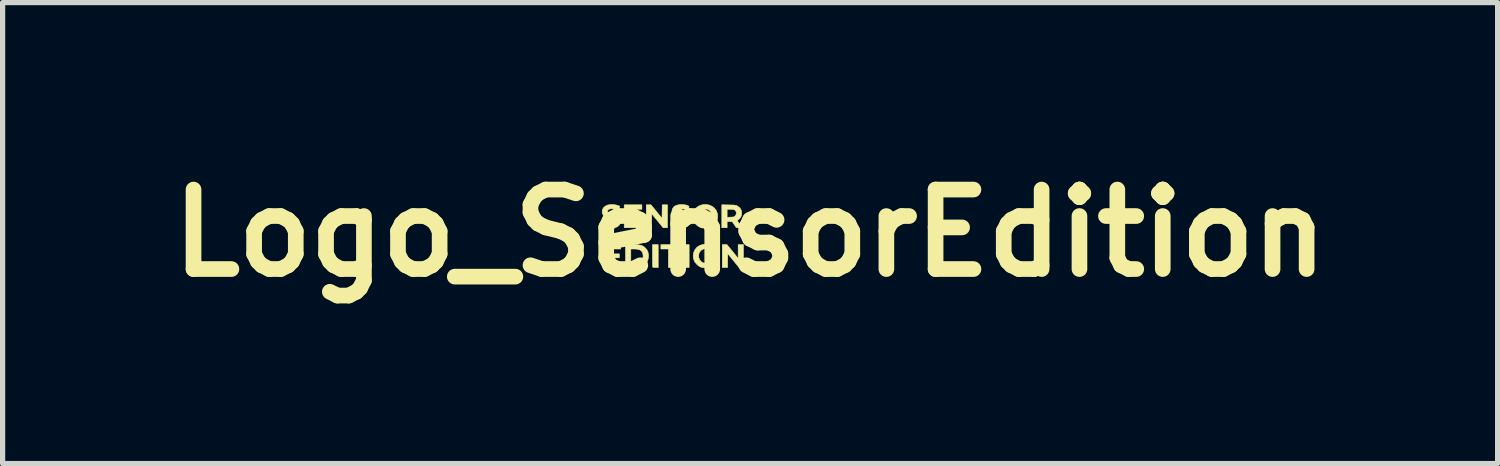
<source format=kicad_pcb>
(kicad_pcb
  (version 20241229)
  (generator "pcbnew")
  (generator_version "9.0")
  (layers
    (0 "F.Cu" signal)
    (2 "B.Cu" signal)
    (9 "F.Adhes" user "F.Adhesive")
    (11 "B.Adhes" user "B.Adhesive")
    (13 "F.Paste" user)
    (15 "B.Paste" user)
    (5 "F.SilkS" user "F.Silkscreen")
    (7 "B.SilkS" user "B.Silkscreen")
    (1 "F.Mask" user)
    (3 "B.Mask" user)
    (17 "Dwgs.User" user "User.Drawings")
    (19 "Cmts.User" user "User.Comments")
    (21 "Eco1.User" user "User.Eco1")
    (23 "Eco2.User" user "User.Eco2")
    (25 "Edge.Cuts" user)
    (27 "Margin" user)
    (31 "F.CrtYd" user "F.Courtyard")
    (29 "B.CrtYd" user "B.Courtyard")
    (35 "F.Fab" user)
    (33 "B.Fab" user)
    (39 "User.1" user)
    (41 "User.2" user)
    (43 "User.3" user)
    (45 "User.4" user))
  (footprint "Logo_SensorEdition"
    (layer "F.Cu")
    (at 11.328 1.418)
    (property "Reference" "Logo_SensorEdition" (at 0 0 0) (layer "F.SilkS") (effects (font (size 1.524 1.524) (thickness 0.3))))
    (attr through_hole)
    (fp_poly (pts (xy -1.168 0.66) (xy -1.27 0.66) (xy -1.27 0.22) (xy -1.168 0.22) (xy -1.168 0.66)) (stroke (width 0.01) (type solid)) (fill yes) (layer "F.SilkS"))
    (fp_poly (pts (xy -1.322 0.26) (xy -1.325 0.301) (xy -1.395 0.303) (xy -1.465 0.305) (xy -1.465 0.66) (xy -1.566 0.66) (xy -1.566 0.305) (xy -1.71 0.305) (xy -1.71 0.22) (xy -1.32 0.22) (xy -1.322 0.26)) (stroke (width 0.01) (type solid)) (fill yes) (layer "F.SilkS"))
    (fp_poly (pts (xy -1.794 -0.413) (xy -1.689 -0.284) (xy -1.684 -0.542) (xy -1.583 -0.542) (xy -1.583 -0.102) (xy -1.666 -0.102) (xy -1.884 -0.368) (xy -1.888 -0.102) (xy -1.99 -0.102) (xy -1.99 -0.542) (xy -1.9 -0.542) (xy -1.794 -0.413)) (stroke (width 0.01) (type solid)) (fill yes) (layer "F.SilkS"))
    (fp_poly (pts (xy -2.481 0.305) (xy -2.709 0.305) (xy -2.709 0.398) (xy -2.506 0.398) (xy -2.506 0.474) (xy -2.709 0.474) (xy -2.709 0.576) (xy -2.472 0.576) (xy -2.472 0.66) (xy -2.811 0.66) (xy -2.811 0.22) (xy -2.481 0.22) (xy -2.481 0.305)) (stroke (width 0.01) (type solid)) (fill yes) (layer "F.SilkS"))
    (fp_poly (pts (xy -2.074 -0.457) (xy -2.303 -0.457) (xy -2.303 -0.364) (xy -2.1 -0.364) (xy -2.1 -0.288) (xy -2.303 -0.288) (xy -2.303 -0.186) (xy -2.066 -0.186) (xy -2.066 -0.102) (xy -2.413 -0.102) (xy -2.413 -0.542) (xy -2.074 -0.542) (xy -2.074 -0.457)) (stroke (width 0.01) (type solid)) (fill yes) (layer "F.SilkS"))
    (fp_poly (pts (xy -1.761 0.66) (xy -1.81 0.66) (xy -1.838 0.659) (xy -1.858 0.657) (xy -1.865 0.655) (xy -1.867 0.645) (xy -1.868 0.621) (xy -1.87 0.584) (xy -1.87 0.538) (xy -1.871 0.484) (xy -1.871 0.435) (xy -1.871 0.22) (xy -1.761 0.22) (xy -1.761 0.66)) (stroke (width 0.01) (type solid)) (fill yes) (layer "F.SilkS"))
    (fp_poly (pts (xy -0.336 0.352) (xy -0.229 0.484) (xy -0.229 0.22) (xy -0.127 0.22) (xy -0.127 0.66) (xy -0.211 0.66) (xy -0.319 0.528) (xy -0.428 0.395) (xy -0.43 0.528) (xy -0.432 0.66) (xy -0.533 0.66) (xy -0.533 0.22) (xy -0.444 0.22) (xy -0.336 0.352)) (stroke (width 0.01) (type solid)) (fill yes) (layer "F.SilkS"))
    (fp_poly (pts (xy -2.195 0.221) (xy -2.145 0.224) (xy -2.106 0.23) (xy -2.075 0.239) (xy -2.048 0.252) (xy -2.023 0.271) (xy -2.017 0.276) (xy -1.981 0.315) (xy -1.958 0.359) (xy -1.948 0.412) (xy -1.947 0.438) (xy -1.954 0.5) (xy -1.975 0.553) (xy -2.01 0.596) (xy -2.034 0.615) (xy -2.063 0.632) (xy -2.095 0.644) (xy -2.132 0.653) (xy -2.179 0.658) (xy -2.237 0.66) (xy -2.274 0.66) (xy -2.388 0.66) (xy -2.388 0.576) (xy -2.286 0.576) (xy -2.22 0.576) (xy -2.18 0.574) (xy -2.151 0.57) (xy -2.126 0.561) (xy -2.117 0.556) (xy -2.081 0.531) (xy -2.059 0.497) (xy -2.051 0.454) (xy -2.051 0.43) (xy -2.059 0.383) (xy -2.077 0.349) (xy -2.107 0.325) (xy -2.149 0.31) (xy -2.205 0.305) (xy -2.216 0.305) (xy -2.286 0.305) (xy -2.286 0.576) (xy -2.388 0.576) (xy -2.388 0.22) (xy -2.258 0.22) (xy -2.195 0.221)) (stroke (width 0.01) (type solid)) (fill yes) (layer "F.SilkS"))
    (fp_poly (pts (xy -0.409 -0.54) (xy -0.358 -0.539) (xy -0.321 -0.538) (xy -0.294 -0.536) (xy -0.275 -0.532) (xy -0.259 -0.527) (xy -0.244 -0.519) (xy -0.235 -0.514) (xy -0.196 -0.483) (xy -0.171 -0.443) (xy -0.161 -0.394) (xy -0.161 -0.381) (xy -0.166 -0.336) (xy -0.183 -0.299) (xy -0.215 -0.265) (xy -0.217 -0.264) (xy -0.247 -0.239) (xy -0.199 -0.17) (xy -0.151 -0.102) (xy -0.262 -0.102) (xy -0.343 -0.22) (xy -0.392 -0.22) (xy -0.44 -0.22) (xy -0.44 -0.102) (xy -0.542 -0.102) (xy -0.542 -0.457) (xy -0.44 -0.457) (xy -0.44 -0.303) (xy -0.372 -0.306) (xy -0.337 -0.308) (xy -0.314 -0.311) (xy -0.3 -0.317) (xy -0.288 -0.327) (xy -0.283 -0.333) (xy -0.265 -0.364) (xy -0.265 -0.397) (xy -0.272 -0.418) (xy -0.286 -0.437) (xy -0.309 -0.449) (xy -0.344 -0.456) (xy -0.381 -0.457) (xy -0.44 -0.457) (xy -0.542 -0.457) (xy -0.542 -0.543) (xy -0.409 -0.54)) (stroke (width 0.01) (type solid)) (fill yes) (layer "F.SilkS"))
    (fp_poly (pts (xy -0.806 0.216) (xy -0.746 0.232) (xy -0.696 0.26) (xy -0.656 0.3) (xy -0.628 0.349) (xy -0.613 0.408) (xy -0.612 0.418) (xy -0.614 0.481) (xy -0.631 0.538) (xy -0.662 0.585) (xy -0.705 0.623) (xy -0.759 0.65) (xy -0.822 0.664) (xy -0.832 0.665) (xy -0.873 0.665) (xy -0.912 0.661) (xy -0.925 0.658) (xy -0.95 0.649) (xy -0.971 0.639) (xy -0.992 0.625) (xy -1.018 0.602) (xy -1.023 0.597) (xy -1.06 0.553) (xy -1.082 0.501) (xy -1.091 0.443) (xy -1.089 0.432) (xy -0.987 0.432) (xy -0.982 0.473) (xy -0.966 0.513) (xy -0.937 0.547) (xy -0.91 0.566) (xy -0.884 0.574) (xy -0.849 0.575) (xy -0.813 0.571) (xy -0.782 0.562) (xy -0.779 0.56) (xy -0.754 0.54) (xy -0.732 0.511) (xy -0.73 0.508) (xy -0.715 0.463) (xy -0.714 0.419) (xy -0.726 0.379) (xy -0.748 0.344) (xy -0.78 0.318) (xy -0.818 0.302) (xy -0.862 0.299) (xy -0.891 0.305) (xy -0.932 0.324) (xy -0.961 0.354) (xy -0.98 0.391) (xy -0.987 0.432) (xy -1.089 0.432) (xy -1.084 0.383) (xy -1.081 0.372) (xy -1.057 0.318) (xy -1.02 0.273) (xy -0.971 0.24) (xy -0.914 0.22) (xy -0.872 0.214) (xy -0.806 0.216)) (stroke (width 0.01) (type solid)) (fill yes) (layer "F.SilkS"))
    (fp_poly (pts (xy -0.828 -0.547) (xy -0.774 -0.535) (xy -0.724 -0.511) (xy -0.68 -0.476) (xy -0.649 -0.433) (xy -0.627 -0.376) (xy -0.62 -0.318) (xy -0.627 -0.262) (xy -0.648 -0.21) (xy -0.681 -0.165) (xy -0.727 -0.13) (xy -0.741 -0.122) (xy -0.784 -0.107) (xy -0.833 -0.098) (xy -0.883 -0.095) (xy -0.927 -0.099) (xy -0.937 -0.102) (xy -0.979 -0.121) (xy -1.021 -0.151) (xy -1.057 -0.187) (xy -1.071 -0.207) (xy -1.084 -0.229) (xy -1.091 -0.249) (xy -1.095 -0.271) (xy -1.096 -0.303) (xy -1.096 -0.321) (xy -1.096 -0.34) (xy -0.997 -0.34) (xy -0.995 -0.294) (xy -0.983 -0.258) (xy -0.966 -0.228) (xy -0.946 -0.208) (xy -0.916 -0.192) (xy -0.908 -0.19) (xy -0.865 -0.182) (xy -0.819 -0.188) (xy -0.784 -0.203) (xy -0.751 -0.232) (xy -0.731 -0.27) (xy -0.723 -0.312) (xy -0.727 -0.356) (xy -0.744 -0.397) (xy -0.765 -0.422) (xy -0.803 -0.449) (xy -0.845 -0.461) (xy -0.888 -0.459) (xy -0.928 -0.444) (xy -0.962 -0.417) (xy -0.982 -0.386) (xy -0.997 -0.34) (xy -1.096 -0.34) (xy -1.096 -0.359) (xy -1.093 -0.385) (xy -1.087 -0.406) (xy -1.076 -0.428) (xy -1.073 -0.434) (xy -1.037 -0.48) (xy -0.992 -0.514) (xy -0.94 -0.537) (xy -0.885 -0.548) (xy -0.828 -0.547)) (stroke (width 0.01) (type solid)) (fill yes) (layer "F.SilkS"))
    (fp_poly (pts (xy -2.621 -0.548) (xy -2.592 -0.543) (xy -2.561 -0.537) (xy -2.532 -0.528) (xy -2.51 -0.52) (xy -2.498 -0.513) (xy -2.498 -0.511) (xy -2.501 -0.499) (xy -2.509 -0.48) (xy -2.519 -0.46) (xy -2.527 -0.445) (xy -2.531 -0.44) (xy -2.543 -0.443) (xy -2.564 -0.449) (xy -2.574 -0.453) (xy -2.613 -0.463) (xy -2.652 -0.466) (xy -2.687 -0.463) (xy -2.713 -0.453) (xy -2.718 -0.449) (xy -2.732 -0.427) (xy -2.733 -0.405) (xy -2.724 -0.391) (xy -2.712 -0.385) (xy -2.687 -0.376) (xy -2.654 -0.366) (xy -2.633 -0.36) (xy -2.578 -0.343) (xy -2.537 -0.326) (xy -2.509 -0.307) (xy -2.492 -0.285) (xy -2.483 -0.258) (xy -2.481 -0.227) (xy -2.489 -0.184) (xy -2.512 -0.148) (xy -2.55 -0.119) (xy -2.591 -0.103) (xy -2.642 -0.095) (xy -2.697 -0.096) (xy -2.751 -0.104) (xy -2.774 -0.11) (xy -2.809 -0.123) (xy -2.829 -0.134) (xy -2.838 -0.147) (xy -2.835 -0.165) (xy -2.828 -0.185) (xy -2.811 -0.221) (xy -2.775 -0.202) (xy -2.741 -0.189) (xy -2.701 -0.181) (xy -2.661 -0.178) (xy -2.626 -0.181) (xy -2.604 -0.19) (xy -2.586 -0.209) (xy -2.582 -0.225) (xy -2.585 -0.238) (xy -2.596 -0.25) (xy -2.616 -0.26) (xy -2.648 -0.271) (xy -2.692 -0.284) (xy -2.75 -0.302) (xy -2.792 -0.325) (xy -2.82 -0.353) (xy -2.834 -0.386) (xy -2.836 -0.41) (xy -2.829 -0.454) (xy -2.807 -0.49) (xy -2.772 -0.519) (xy -2.727 -0.539) (xy -2.673 -0.548) (xy -2.621 -0.548)) (stroke (width 0.01) (type solid)) (fill yes) (layer "F.SilkS"))
    (fp_poly (pts (xy -1.257 -0.543) (xy -1.221 -0.536) (xy -1.192 -0.526) (xy -1.174 -0.514) (xy -1.17 -0.507) (xy -1.172 -0.492) (xy -1.179 -0.469) (xy -1.181 -0.463) (xy -1.194 -0.432) (xy -1.221 -0.445) (xy -1.244 -0.454) (xy -1.277 -0.461) (xy -1.301 -0.464) (xy -1.345 -0.463) (xy -1.376 -0.455) (xy -1.393 -0.438) (xy -1.395 -0.417) (xy -1.391 -0.402) (xy -1.381 -0.39) (xy -1.362 -0.38) (xy -1.331 -0.369) (xy -1.287 -0.356) (xy -1.279 -0.354) (xy -1.224 -0.336) (xy -1.184 -0.314) (xy -1.158 -0.287) (xy -1.146 -0.253) (xy -1.146 -0.252) (xy -1.144 -0.213) (xy -1.155 -0.18) (xy -1.178 -0.148) (xy -1.211 -0.122) (xy -1.256 -0.104) (xy -1.309 -0.095) (xy -1.366 -0.095) (xy -1.416 -0.102) (xy -1.441 -0.11) (xy -1.469 -0.121) (xy -1.493 -0.132) (xy -1.506 -0.14) (xy -1.505 -0.149) (xy -1.5 -0.167) (xy -1.491 -0.188) (xy -1.483 -0.206) (xy -1.476 -0.217) (xy -1.474 -0.218) (xy -1.431 -0.198) (xy -1.385 -0.185) (xy -1.34 -0.178) (xy -1.3 -0.179) (xy -1.27 -0.187) (xy -1.266 -0.19) (xy -1.248 -0.208) (xy -1.246 -0.227) (xy -1.258 -0.245) (xy -1.285 -0.261) (xy -1.312 -0.271) (xy -1.375 -0.288) (xy -1.422 -0.304) (xy -1.456 -0.322) (xy -1.479 -0.342) (xy -1.492 -0.365) (xy -1.498 -0.393) (xy -1.499 -0.409) (xy -1.492 -0.456) (xy -1.471 -0.494) (xy -1.437 -0.521) (xy -1.389 -0.539) (xy -1.335 -0.548) (xy -1.296 -0.548) (xy -1.257 -0.543)) (stroke (width 0.01) (type solid)) (fill yes) (layer "F.SilkS")))
  (gr_rect
    (start -3 -3)
    (end 25.657 5.836)
    (stroke (width 0.1) (type default))
    (fill no)
    (layer "Edge.Cuts")))
</source>
